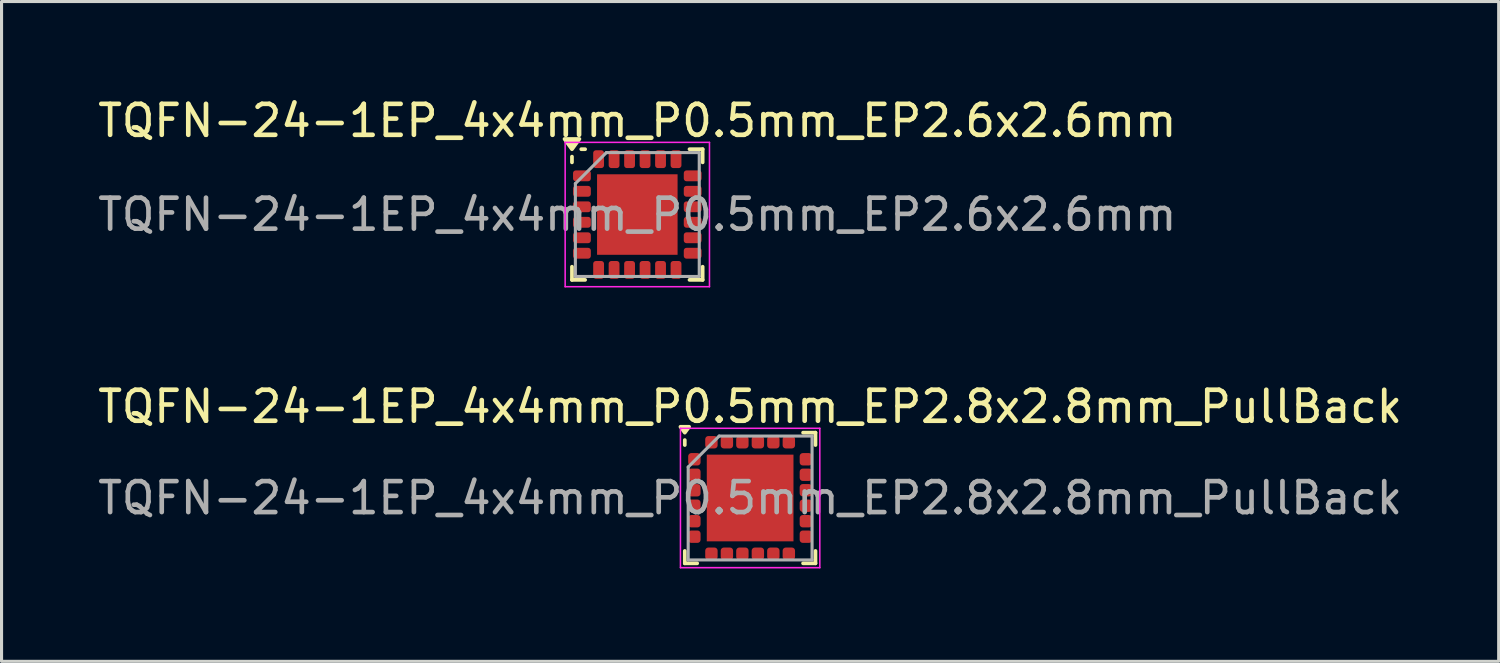
<source format=kicad_pcb>
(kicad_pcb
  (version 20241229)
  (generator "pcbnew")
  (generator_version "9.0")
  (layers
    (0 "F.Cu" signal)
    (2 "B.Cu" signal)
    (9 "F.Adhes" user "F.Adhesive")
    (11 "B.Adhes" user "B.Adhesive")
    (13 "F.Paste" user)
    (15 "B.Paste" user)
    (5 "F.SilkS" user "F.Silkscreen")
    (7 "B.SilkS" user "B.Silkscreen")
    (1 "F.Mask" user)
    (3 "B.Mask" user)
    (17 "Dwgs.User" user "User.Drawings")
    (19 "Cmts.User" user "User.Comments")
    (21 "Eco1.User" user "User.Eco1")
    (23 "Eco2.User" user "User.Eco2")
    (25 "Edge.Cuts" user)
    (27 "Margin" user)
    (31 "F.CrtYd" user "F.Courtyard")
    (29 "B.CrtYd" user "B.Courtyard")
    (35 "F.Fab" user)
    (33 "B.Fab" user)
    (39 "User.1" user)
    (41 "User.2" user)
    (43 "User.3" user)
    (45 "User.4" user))
  (footprint "TQFN-24-1EP_4x4mm_P0.5mm_EP2.6x2.6mm"
    (layer "F.Cu")
    (at 17.53 3.878)
    (property "Reference" "TQFN-24-1EP_4x4mm_P0.5mm_EP2.6x2.6mm" (at 0 -3.03 0) (layer "F.SilkS") (effects (font (size 1 1) (thickness 0.15))))
    (attr smd)
    (fp_line (start -2.11 -1.685) (end -2.11 -1.87) (stroke (width 0.12) (type solid)) (layer "F.SilkS"))
    (fp_line (start -2.11 2.11) (end -2.11 1.685) (stroke (width 0.12) (type solid)) (layer "F.SilkS"))
    (fp_line (start -1.685 -2.11) (end -1.81 -2.11) (stroke (width 0.12) (type solid)) (layer "F.SilkS"))
    (fp_line (start -1.685 2.11) (end -2.11 2.11) (stroke (width 0.12) (type solid)) (layer "F.SilkS"))
    (fp_line (start 1.685 -2.11) (end 2.11 -2.11) (stroke (width 0.12) (type solid)) (layer "F.SilkS"))
    (fp_line (start 1.685 2.11) (end 2.11 2.11) (stroke (width 0.12) (type solid)) (layer "F.SilkS"))
    (fp_line (start 2.11 -2.11) (end 2.11 -1.685) (stroke (width 0.12) (type solid)) (layer "F.SilkS"))
    (fp_line (start 2.11 2.11) (end 2.11 1.685) (stroke (width 0.12) (type solid)) (layer "F.SilkS"))
    (fp_poly (pts (xy -2.11 -2.11) (xy -2.35 -2.44) (xy -1.87 -2.44) (xy -2.11 -2.11)) (stroke (width 0.12) (type solid)) (fill yes) (layer "F.SilkS"))
    (fp_line (start -2.33 -2.33) (end -2.33 2.33) (stroke (width 0.05) (type solid)) (layer "F.CrtYd"))
    (fp_line (start -2.33 2.33) (end 2.33 2.33) (stroke (width 0.05) (type solid)) (layer "F.CrtYd"))
    (fp_line (start 2.33 -2.33) (end -2.33 -2.33) (stroke (width 0.05) (type solid)) (layer "F.CrtYd"))
    (fp_line (start 2.33 2.33) (end 2.33 -2.33) (stroke (width 0.05) (type solid)) (layer "F.CrtYd"))
    (fp_line (start -2 -1) (end -1 -2) (stroke (width 0.1) (type solid)) (layer "F.Fab"))
    (fp_line (start -2 2) (end -2 -1) (stroke (width 0.1) (type solid)) (layer "F.Fab"))
    (fp_line (start -1 -2) (end 2 -2) (stroke (width 0.1) (type solid)) (layer "F.Fab"))
    (fp_line (start 2 -2) (end 2 2) (stroke (width 0.1) (type solid)) (layer "F.Fab"))
    (fp_line (start 2 2) (end -2 2) (stroke (width 0.1) (type solid)) (layer "F.Fab"))
    (fp_text user "${REFERENCE}" (at 0 0 0) (layer "F.Fab") (effects (font (size 1 1) (thickness 0.15))))
    (pad "" smd roundrect (at -0.65 -0.65) (size 1.05 1.05) (layers "F.Paste") (roundrect_rratio 0.238))
    (pad "" smd roundrect (at -0.65 0.65) (size 1.05 1.05) (layers "F.Paste") (roundrect_rratio 0.238))
    (pad "" smd roundrect (at 0.65 -0.65) (size 1.05 1.05) (layers "F.Paste") (roundrect_rratio 0.238))
    (pad "" smd roundrect (at 0.65 0.65) (size 1.05 1.05) (layers "F.Paste") (roundrect_rratio 0.238))
    (pad "1" smd roundrect (at -1.788 -1.25) (size 0.575 0.35) (layers "F.Cu" "F.Mask" "F.Paste") (roundrect_rratio 0.25))
    (pad "2" smd roundrect (at -1.788 -0.75) (size 0.575 0.35) (layers "F.Cu" "F.Mask" "F.Paste") (roundrect_rratio 0.25))
    (pad "3" smd roundrect (at -1.788 -0.25) (size 0.575 0.35) (layers "F.Cu" "F.Mask" "F.Paste") (roundrect_rratio 0.25))
    (pad "4" smd roundrect (at -1.788 0.25) (size 0.575 0.35) (layers "F.Cu" "F.Mask" "F.Paste") (roundrect_rratio 0.25))
    (pad "5" smd roundrect (at -1.788 0.75) (size 0.575 0.35) (layers "F.Cu" "F.Mask" "F.Paste") (roundrect_rratio 0.25))
    (pad "6" smd roundrect (at -1.788 1.25) (size 0.575 0.35) (layers "F.Cu" "F.Mask" "F.Paste") (roundrect_rratio 0.25))
    (pad "7" smd roundrect (at -1.25 1.788) (size 0.35 0.575) (layers "F.Cu" "F.Mask" "F.Paste") (roundrect_rratio 0.25))
    (pad "8" smd roundrect (at -0.75 1.788) (size 0.35 0.575) (layers "F.Cu" "F.Mask" "F.Paste") (roundrect_rratio 0.25))
    (pad "9" smd roundrect (at -0.25 1.788) (size 0.35 0.575) (layers "F.Cu" "F.Mask" "F.Paste") (roundrect_rratio 0.25))
    (pad "10" smd roundrect (at 0.25 1.788) (size 0.35 0.575) (layers "F.Cu" "F.Mask" "F.Paste") (roundrect_rratio 0.25))
    (pad "11" smd roundrect (at 0.75 1.788) (size 0.35 0.575) (layers "F.Cu" "F.Mask" "F.Paste") (roundrect_rratio 0.25))
    (pad "12" smd roundrect (at 1.25 1.788) (size 0.35 0.575) (layers "F.Cu" "F.Mask" "F.Paste") (roundrect_rratio 0.25))
    (pad "13" smd roundrect (at 1.788 1.25) (size 0.575 0.35) (layers "F.Cu" "F.Mask" "F.Paste") (roundrect_rratio 0.25))
    (pad "14" smd roundrect (at 1.788 0.75) (size 0.575 0.35) (layers "F.Cu" "F.Mask" "F.Paste") (roundrect_rratio 0.25))
    (pad "15" smd roundrect (at 1.788 0.25) (size 0.575 0.35) (layers "F.Cu" "F.Mask" "F.Paste") (roundrect_rratio 0.25))
    (pad "16" smd roundrect (at 1.788 -0.25) (size 0.575 0.35) (layers "F.Cu" "F.Mask" "F.Paste") (roundrect_rratio 0.25))
    (pad "17" smd roundrect (at 1.788 -0.75) (size 0.575 0.35) (layers "F.Cu" "F.Mask" "F.Paste") (roundrect_rratio 0.25))
    (pad "18" smd roundrect (at 1.788 -1.25) (size 0.575 0.35) (layers "F.Cu" "F.Mask" "F.Paste") (roundrect_rratio 0.25))
    (pad "19" smd roundrect (at 1.25 -1.788) (size 0.35 0.575) (layers "F.Cu" "F.Mask" "F.Paste") (roundrect_rratio 0.25))
    (pad "20" smd roundrect (at 0.75 -1.788) (size 0.35 0.575) (layers "F.Cu" "F.Mask" "F.Paste") (roundrect_rratio 0.25))
    (pad "21" smd roundrect (at 0.25 -1.788) (size 0.35 0.575) (layers "F.Cu" "F.Mask" "F.Paste") (roundrect_rratio 0.25))
    (pad "22" smd roundrect (at -0.25 -1.788) (size 0.35 0.575) (layers "F.Cu" "F.Mask" "F.Paste") (roundrect_rratio 0.25))
    (pad "23" smd roundrect (at -0.75 -1.788) (size 0.35 0.575) (layers "F.Cu" "F.Mask" "F.Paste") (roundrect_rratio 0.25))
    (pad "24" smd roundrect (at -1.25 -1.788) (size 0.35 0.575) (layers "F.Cu" "F.Mask" "F.Paste") (roundrect_rratio 0.25))
    (pad "25" smd rect (at 0 0) (size 2.6 2.6) (property pad_prop_heatsink) (layers "F.Cu" "F.Mask")))
  (footprint "TQFN-24-1EP_4x4mm_P0.5mm_EP2.8x2.8mm_PullBack"
    (layer "F.Cu")
    (at 21.173 13.031)
    (property "Reference" "TQFN-24-1EP_4x4mm_P0.5mm_EP2.8x2.8mm_PullBack" (at 0 -2.95 0) (layer "F.SilkS") (effects (font (size 1 1) (thickness 0.15))))
    (attr smd)
    (fp_line (start -2.11 -1.71) (end -2.11 -1.87) (stroke (width 0.12) (type solid)) (layer "F.SilkS"))
    (fp_line (start -2.11 2.11) (end -2.11 1.71) (stroke (width 0.12) (type solid)) (layer "F.SilkS"))
    (fp_line (start -1.71 2.11) (end -2.11 2.11) (stroke (width 0.12) (type solid)) (layer "F.SilkS"))
    (fp_line (start 1.71 -2.11) (end 2.11 -2.11) (stroke (width 0.12) (type solid)) (layer "F.SilkS"))
    (fp_line (start 1.71 2.11) (end 2.11 2.11) (stroke (width 0.12) (type solid)) (layer "F.SilkS"))
    (fp_line (start 2.11 -2.11) (end 2.11 -1.71) (stroke (width 0.12) (type solid)) (layer "F.SilkS"))
    (fp_line (start 2.11 2.11) (end 2.11 1.71) (stroke (width 0.12) (type solid)) (layer "F.SilkS"))
    (fp_poly (pts (xy -2.11 -2.11) (xy -2.25 -2.3) (xy -1.97 -2.3) (xy -2.11 -2.11)) (stroke (width 0.12) (type solid)) (fill yes) (layer "F.SilkS"))
    (fp_line (start -2.25 -2.25) (end -2.25 2.25) (stroke (width 0.05) (type solid)) (layer "F.CrtYd"))
    (fp_line (start -2.25 2.25) (end 2.25 2.25) (stroke (width 0.05) (type solid)) (layer "F.CrtYd"))
    (fp_line (start 2.25 -2.25) (end -2.25 -2.25) (stroke (width 0.05) (type solid)) (layer "F.CrtYd"))
    (fp_line (start 2.25 2.25) (end 2.25 -2.25) (stroke (width 0.05) (type solid)) (layer "F.CrtYd"))
    (fp_line (start -2 -1) (end -1 -2) (stroke (width 0.1) (type solid)) (layer "F.Fab"))
    (fp_line (start -2 2) (end -2 -1) (stroke (width 0.1) (type solid)) (layer "F.Fab"))
    (fp_line (start -1 -2) (end 2 -2) (stroke (width 0.1) (type solid)) (layer "F.Fab"))
    (fp_line (start 2 -2) (end 2 2) (stroke (width 0.1) (type solid)) (layer "F.Fab"))
    (fp_line (start 2 2) (end -2 2) (stroke (width 0.1) (type solid)) (layer "F.Fab"))
    (fp_text user "${REFERENCE}" (at 0 0 0) (layer "F.Fab") (effects (font (size 1 1) (thickness 0.15))))
    (pad "" smd roundrect (at -0.7 -0.7) (size 1.13 1.13) (layers "F.Paste") (roundrect_rratio 0.221))
    (pad "" smd roundrect (at -0.7 0.7) (size 1.13 1.13) (layers "F.Paste") (roundrect_rratio 0.221))
    (pad "" smd roundrect (at 0.7 -0.7) (size 1.13 1.13) (layers "F.Paste") (roundrect_rratio 0.221))
    (pad "" smd roundrect (at 0.7 0.7) (size 1.13 1.13) (layers "F.Paste") (roundrect_rratio 0.221))
    (pad "1" smd roundrect (at -1.8 -1.25) (size 0.4 0.4) (layers "F.Cu" "F.Mask" "F.Paste") (roundrect_rratio 0.25))
    (pad "2" smd roundrect (at -1.8 -0.75) (size 0.4 0.4) (layers "F.Cu" "F.Mask" "F.Paste") (roundrect_rratio 0.25))
    (pad "3" smd roundrect (at -1.8 -0.25) (size 0.4 0.4) (layers "F.Cu" "F.Mask" "F.Paste") (roundrect_rratio 0.25))
    (pad "4" smd roundrect (at -1.8 0.25) (size 0.4 0.4) (layers "F.Cu" "F.Mask" "F.Paste") (roundrect_rratio 0.25))
    (pad "5" smd roundrect (at -1.8 0.75) (size 0.4 0.4) (layers "F.Cu" "F.Mask" "F.Paste") (roundrect_rratio 0.25))
    (pad "6" smd roundrect (at -1.8 1.25) (size 0.4 0.4) (layers "F.Cu" "F.Mask" "F.Paste") (roundrect_rratio 0.25))
    (pad "7" smd roundrect (at -1.25 1.8) (size 0.4 0.4) (layers "F.Cu" "F.Mask" "F.Paste") (roundrect_rratio 0.25))
    (pad "8" smd roundrect (at -0.75 1.8) (size 0.4 0.4) (layers "F.Cu" "F.Mask" "F.Paste") (roundrect_rratio 0.25))
    (pad "9" smd roundrect (at -0.25 1.8) (size 0.4 0.4) (layers "F.Cu" "F.Mask" "F.Paste") (roundrect_rratio 0.25))
    (pad "10" smd roundrect (at 0.25 1.8) (size 0.4 0.4) (layers "F.Cu" "F.Mask" "F.Paste") (roundrect_rratio 0.25))
    (pad "11" smd roundrect (at 0.75 1.8) (size 0.4 0.4) (layers "F.Cu" "F.Mask" "F.Paste") (roundrect_rratio 0.25))
    (pad "12" smd roundrect (at 1.25 1.8) (size 0.4 0.4) (layers "F.Cu" "F.Mask" "F.Paste") (roundrect_rratio 0.25))
    (pad "13" smd roundrect (at 1.8 1.25) (size 0.4 0.4) (layers "F.Cu" "F.Mask" "F.Paste") (roundrect_rratio 0.25))
    (pad "14" smd roundrect (at 1.8 0.75) (size 0.4 0.4) (layers "F.Cu" "F.Mask" "F.Paste") (roundrect_rratio 0.25))
    (pad "15" smd roundrect (at 1.8 0.25) (size 0.4 0.4) (layers "F.Cu" "F.Mask" "F.Paste") (roundrect_rratio 0.25))
    (pad "16" smd roundrect (at 1.8 -0.25) (size 0.4 0.4) (layers "F.Cu" "F.Mask" "F.Paste") (roundrect_rratio 0.25))
    (pad "17" smd roundrect (at 1.8 -0.75) (size 0.4 0.4) (layers "F.Cu" "F.Mask" "F.Paste") (roundrect_rratio 0.25))
    (pad "18" smd roundrect (at 1.8 -1.25) (size 0.4 0.4) (layers "F.Cu" "F.Mask" "F.Paste") (roundrect_rratio 0.25))
    (pad "19" smd roundrect (at 1.25 -1.8) (size 0.4 0.4) (layers "F.Cu" "F.Mask" "F.Paste") (roundrect_rratio 0.25))
    (pad "20" smd roundrect (at 0.75 -1.8) (size 0.4 0.4) (layers "F.Cu" "F.Mask" "F.Paste") (roundrect_rratio 0.25))
    (pad "21" smd roundrect (at 0.25 -1.8) (size 0.4 0.4) (layers "F.Cu" "F.Mask" "F.Paste") (roundrect_rratio 0.25))
    (pad "22" smd roundrect (at -0.25 -1.8) (size 0.4 0.4) (layers "F.Cu" "F.Mask" "F.Paste") (roundrect_rratio 0.25))
    (pad "23" smd roundrect (at -0.75 -1.8) (size 0.4 0.4) (layers "F.Cu" "F.Mask" "F.Paste") (roundrect_rratio 0.25))
    (pad "24" smd roundrect (at -1.25 -1.8) (size 0.4 0.4) (layers "F.Cu" "F.Mask" "F.Paste") (roundrect_rratio 0.25))
    (pad "25" smd rect (at 0 0) (size 2.8 2.8) (property pad_prop_heatsink) (layers "F.Cu" "F.Mask")))
  (gr_rect
    (start -3 -3)
    (end 45.345 18.306)
    (stroke (width 0.1) (type default))
    (fill no)
    (layer "Edge.Cuts")))
</source>
